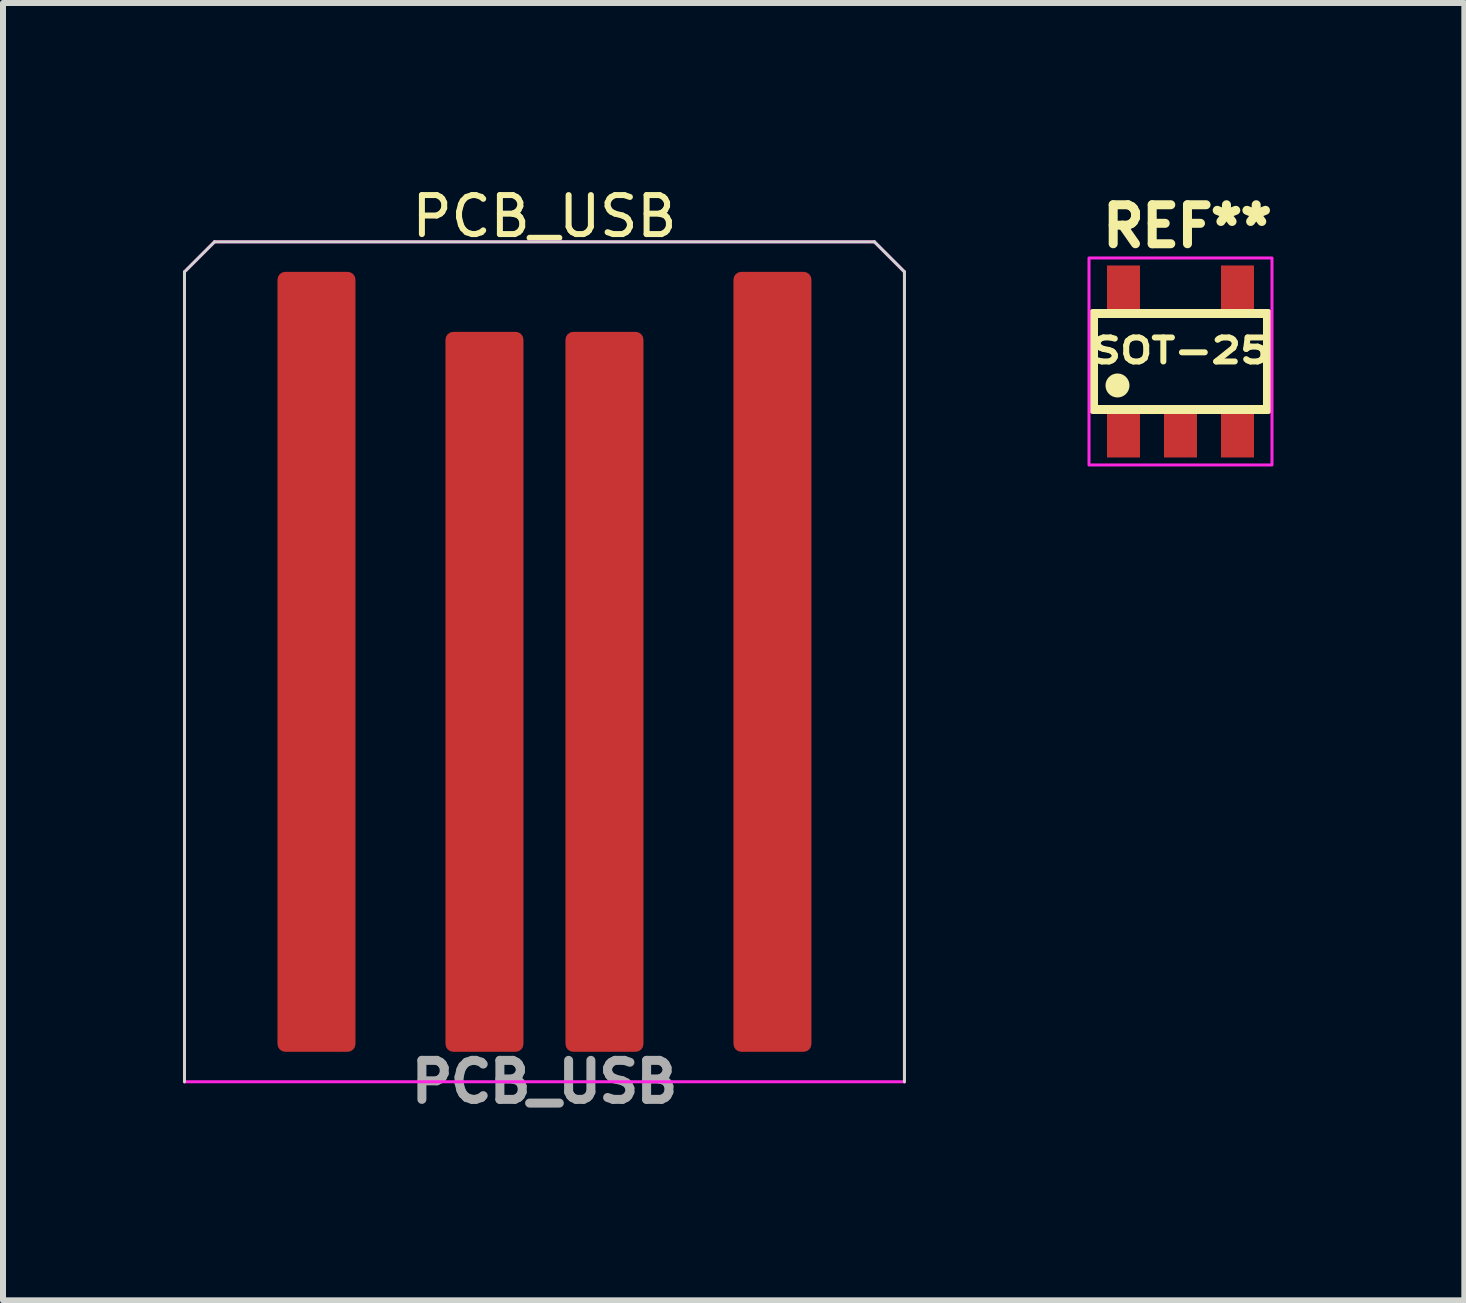
<source format=kicad_pcb>
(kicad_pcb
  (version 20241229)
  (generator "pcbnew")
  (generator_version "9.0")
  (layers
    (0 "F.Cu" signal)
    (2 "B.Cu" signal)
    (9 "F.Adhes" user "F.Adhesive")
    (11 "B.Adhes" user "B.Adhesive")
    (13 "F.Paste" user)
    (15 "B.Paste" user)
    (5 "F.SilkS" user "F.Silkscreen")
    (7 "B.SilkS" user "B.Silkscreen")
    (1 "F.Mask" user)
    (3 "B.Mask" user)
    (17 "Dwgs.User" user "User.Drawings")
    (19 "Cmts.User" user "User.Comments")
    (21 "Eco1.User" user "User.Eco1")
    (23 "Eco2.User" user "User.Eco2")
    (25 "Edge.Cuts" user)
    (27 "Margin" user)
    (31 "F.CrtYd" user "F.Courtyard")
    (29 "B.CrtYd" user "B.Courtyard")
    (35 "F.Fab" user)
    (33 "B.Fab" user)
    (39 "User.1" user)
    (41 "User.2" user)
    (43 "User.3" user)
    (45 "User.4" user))
  (footprint "SOT-25"
    (layer "F.Cu")
    (at 16.626 2.975)
    (property "Reference" "SOT-25" (at 0 -0.18 0) (layer "F.SilkS") (effects (font (size 0.4 0.5) (thickness 0.1))))
    (attr smd)
    (fp_line (start -1.45 -0.8) (end 1.45 -0.8) (stroke (width 0.15) (type solid)) (layer "F.SilkS"))
    (fp_line (start -1.45 0.8) (end -1.45 -0.8) (stroke (width 0.15) (type solid)) (layer "F.SilkS"))
    (fp_line (start 1.45 -0.8) (end 1.45 0.8) (stroke (width 0.15) (type solid)) (layer "F.SilkS"))
    (fp_line (start 1.45 0.8) (end -1.45 0.8) (stroke (width 0.15) (type solid)) (layer "F.SilkS"))
    (fp_circle (center -1.05 0.4) (end -0.95 0.4) (stroke (width 0.2) (type solid)) (fill no) (layer "F.SilkS"))
    (fp_rect (start -1.525 -1.725) (end 1.525 1.725) (stroke (width 0.05) (type default)) (fill no) (layer "F.CrtYd"))
    (fp_text user "REF**" (at -1.375 -1.875 0) (unlocked yes) (layer "F.SilkS") (effects (font (size 0.65 0.65) (thickness 0.15) (bold yes)) (justify left bottom)))
    (pad "1" smd rect (at -0.95 1.2) (size 0.55 0.8) (layers "F.Cu" "F.Mask" "F.Paste"))
    (pad "2" smd rect (at 0 1.2) (size 0.55 0.8) (layers "F.Cu" "F.Mask" "F.Paste"))
    (pad "3" smd rect (at 0.95 1.2) (size 0.55 0.8) (layers "F.Cu" "F.Mask" "F.Paste"))
    (pad "4" smd rect (at 0.95 -1.2) (size 0.55 0.8) (layers "F.Cu" "F.Mask" "F.Paste"))
    (pad "5" smd rect (at -0.95 -1.2) (size 0.55 0.8) (layers "F.Cu" "F.Mask" "F.Paste")))
  (footprint "PCB_USB"
    (layer "F.Cu")
    (at 6.025 7.981)
    (property "Reference" "PCB_USB" (at 0 -7.425 0) (unlocked yes) (layer "F.SilkS") (effects (font (size 0.65 0.65) (thickness 0.1))))
    (attr smd)
    (fp_line (start -6 -6.5) (end -5.5 -7) (stroke (width 0.05) (type default)) (layer "Edge.Cuts"))
    (fp_line (start -6 7) (end -6 -6.5) (stroke (width 0.05) (type default)) (layer "Edge.Cuts"))
    (fp_line (start -5.5 -7) (end 5.5 -7) (stroke (width 0.05) (type default)) (layer "Edge.Cuts"))
    (fp_line (start 5.5 -7) (end 6 -6.5) (stroke (width 0.05) (type default)) (layer "Edge.Cuts"))
    (fp_line (start 6 -6.5) (end 6 7) (stroke (width 0.05) (type default)) (layer "Edge.Cuts"))
    (fp_line (start -6 7) (end -6 -6.5) (stroke (width 0.05) (type default)) (layer "F.CrtYd"))
    (fp_line (start -5.975 -6.525) (end -5.5 -7) (stroke (width 0.05) (type default)) (layer "F.CrtYd"))
    (fp_line (start -5.5 -7) (end 5.5 -7) (stroke (width 0.05) (type default)) (layer "F.CrtYd"))
    (fp_line (start 5.5 -7) (end 6 -6.5) (stroke (width 0.05) (type default)) (layer "F.CrtYd"))
    (fp_line (start 6 -6.5) (end 6 7) (stroke (width 0.05) (type default)) (layer "F.CrtYd"))
    (fp_line (start 6 7) (end -6 7) (stroke (width 0.05) (type default)) (layer "F.CrtYd"))
    (fp_text user "${REFERENCE}" (at 0 7 0) (unlocked yes) (layer "F.Fab") (effects (font (size 0.65 0.65) (thickness 0.15))))
    (pad "1" smd roundrect (at -3.8 0) (size 1.3 13) (layers "F.Cu" "F.Mask" "F.Paste") (roundrect_rratio 0.1))
    (pad "2" smd roundrect (at -1 0.5) (size 1.3 12) (layers "F.Cu" "F.Mask" "F.Paste") (roundrect_rratio 0.1))
    (pad "3" smd roundrect (at 1 0.5) (size 1.3 12) (layers "F.Cu" "F.Mask" "F.Paste") (roundrect_rratio 0.1))
    (pad "4" smd roundrect (at 3.8 0) (size 1.3 13) (layers "F.Cu" "F.Mask" "F.Paste") (roundrect_rratio 0.1))
    (zone (net_name "") (layers "F.Cu" "B.Cu") (name "USB_KEEP_OUT") (hatch edge 0.5) (connect_pads) (min_thickness 0.25) (filled_areas_thickness no) (keepout (tracks allowed) (vias allowed) (pads not_allowed) (copperpour allowed) (footprints not_allowed)) (placement (enabled no)) (fill) (polygon (pts (xy 0.025 14.981) (xy 12.025 14.981) (xy 12.025 0.981) (xy 0.025 0.981)))))
  (gr_rect
    (start -3 -3)
    (end 21.357 18.624)
    (stroke (width 0.1) (type default))
    (fill no)
    (layer "Edge.Cuts")))
</source>
